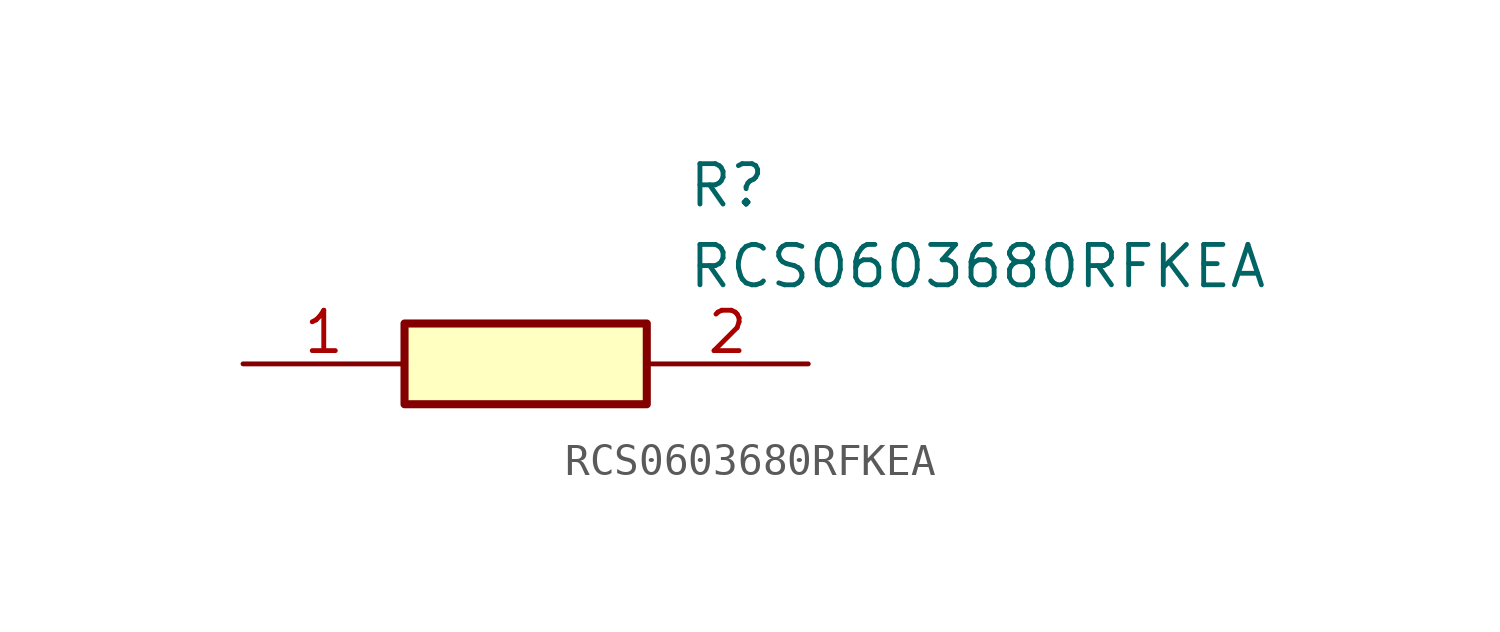
<source format=kicad_sym>
(kicad_symbol_lib
  (version 20211014)
  (generator SamacSys_ECAD_Model)
  (symbol "RCS0603680RFKEA"
    (pin_names hide)
    (property "Reference" "R"
      (at 13.97 6.35 0)
      (effects (font (size 1.27 1.27)) (justify left top)))
    (property "Value" "RCS0603680RFKEA"
      (at 13.97 3.81 0)
      (effects (font (size 1.27 1.27)) (justify left top)))
    (rectangle
      (start 5.08 1.27)
      (end 12.7 -1.27)
      (stroke (width 0.254) (type default))
      (fill (type background)))
    (pin passive line
      (at 0 0 0)
      (length 5.08)
      (name "1" (effects (font (size 1.27 1.27))))
      (number "1" (effects (font (size 1.27 1.27)))))
    (pin passive line
      (at 17.78 0 180)
      (length 5.08)
      (name "2" (effects (font (size 1.27 1.27))))
      (number "2" (effects (font (size 1.27 1.27)))))))
</source>
